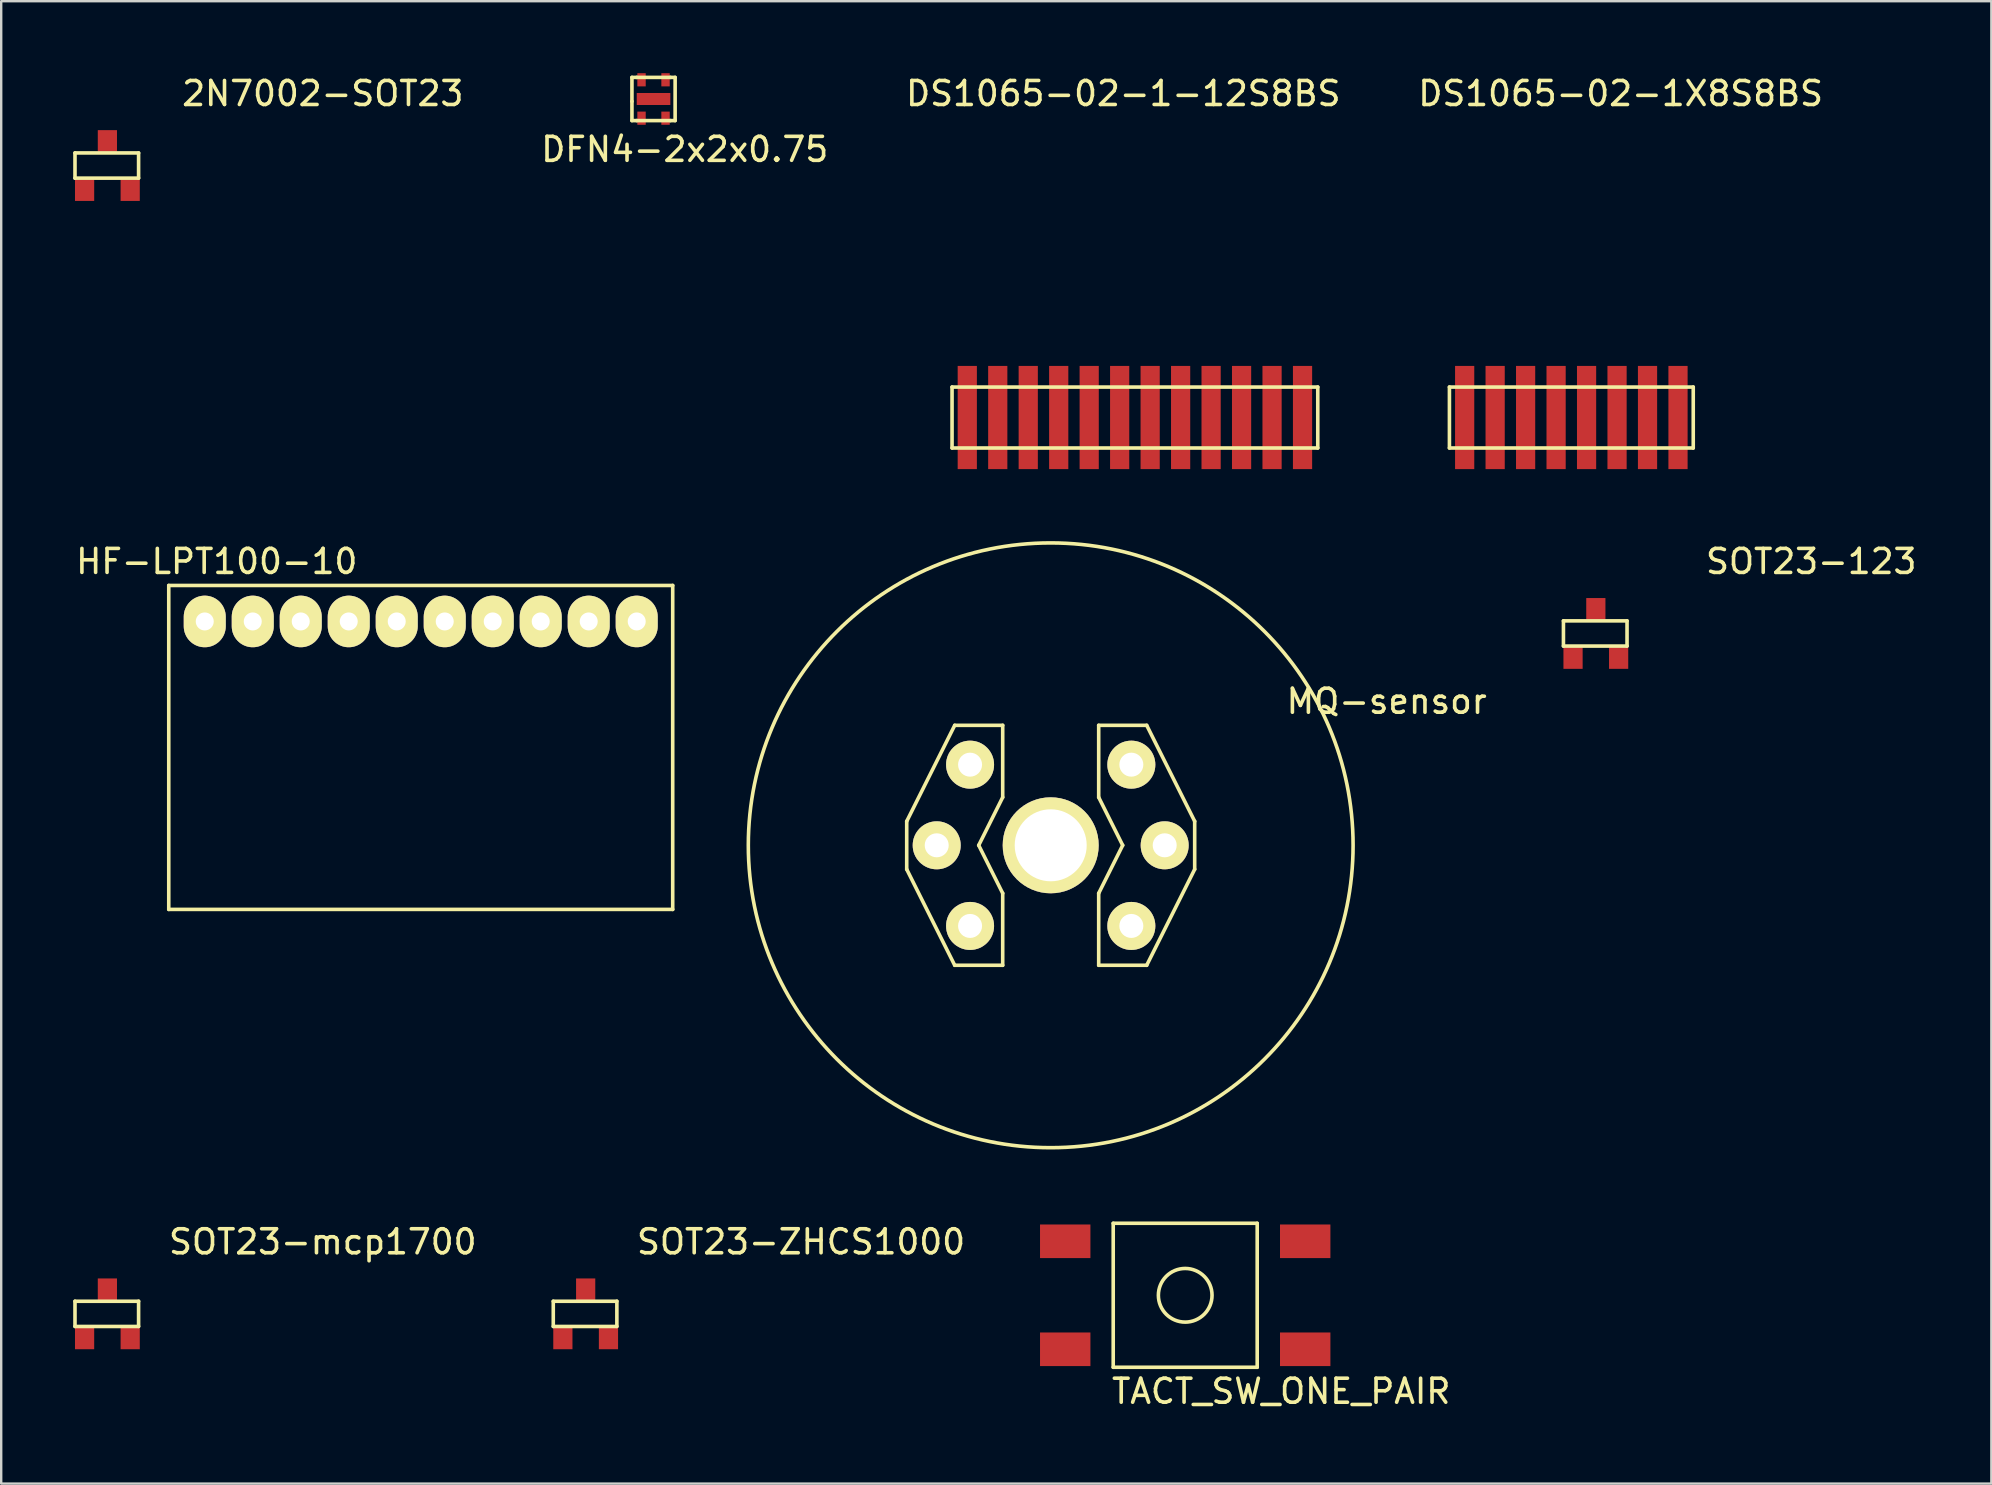
<source format=kicad_pcb>
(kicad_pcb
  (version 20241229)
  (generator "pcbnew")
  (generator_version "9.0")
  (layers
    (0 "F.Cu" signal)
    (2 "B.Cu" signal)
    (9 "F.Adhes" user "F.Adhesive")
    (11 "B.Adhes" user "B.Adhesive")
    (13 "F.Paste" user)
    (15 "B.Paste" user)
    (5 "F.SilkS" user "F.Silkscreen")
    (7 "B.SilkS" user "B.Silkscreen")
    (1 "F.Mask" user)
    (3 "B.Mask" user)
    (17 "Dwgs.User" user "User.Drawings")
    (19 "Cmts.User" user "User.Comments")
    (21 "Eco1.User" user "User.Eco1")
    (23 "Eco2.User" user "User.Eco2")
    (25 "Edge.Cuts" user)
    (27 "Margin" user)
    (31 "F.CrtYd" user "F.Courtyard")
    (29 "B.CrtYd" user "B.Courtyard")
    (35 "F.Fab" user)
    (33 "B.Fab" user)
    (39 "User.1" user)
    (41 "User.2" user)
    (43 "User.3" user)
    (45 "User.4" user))
  (footprint "DS1065-02-1-12S8BS"
    (layer "F.Cu")
    (at 37.257 14.348)
    (property "Reference" "DS1065-02-1-12S8BS" (at 6.5 -13.5 0) (layer "F.SilkS") (effects (font (size 1 1) (thickness 0.15))))
    (attr through_hole)
    (fp_line (start -0.635 -1.27) (end -0.635 1.27) (stroke (width 0.15) (type solid)) (layer "F.SilkS"))
    (fp_line (start -0.635 1.27) (end 14.605 1.27) (stroke (width 0.15) (type solid)) (layer "F.SilkS"))
    (fp_line (start 14.605 -1.27) (end -0.635 -1.27) (stroke (width 0.15) (type solid)) (layer "F.SilkS"))
    (fp_line (start 14.605 1.27) (end 14.605 -1.27) (stroke (width 0.15) (type solid)) (layer "F.SilkS"))
    (pad "1" smd rect (at 0 0) (size 0.8 4.3) (layers "F.Cu" "F.Mask" "F.Paste"))
    (pad "2" smd rect (at 1.27 0) (size 0.8 4.3) (layers "F.Cu" "F.Mask" "F.Paste"))
    (pad "3" smd rect (at 2.54 0) (size 0.8 4.3) (layers "F.Cu" "F.Mask" "F.Paste"))
    (pad "4" smd rect (at 3.81 0) (size 0.8 4.3) (layers "F.Cu" "F.Mask" "F.Paste"))
    (pad "5" smd rect (at 5.08 0) (size 0.8 4.3) (layers "F.Cu" "F.Mask" "F.Paste"))
    (pad "6" smd rect (at 6.35 0) (size 0.8 4.3) (layers "F.Cu" "F.Mask" "F.Paste"))
    (pad "7" smd rect (at 7.62 0) (size 0.8 4.3) (layers "F.Cu" "F.Mask" "F.Paste"))
    (pad "8" smd rect (at 8.89 0) (size 0.8 4.3) (layers "F.Cu" "F.Mask" "F.Paste"))
    (pad "9" smd rect (at 10.16 0) (size 0.8 4.3) (layers "F.Cu" "F.Mask" "F.Paste"))
    (pad "10" smd rect (at 11.43 0) (size 0.8 4.3) (layers "F.Cu" "F.Mask" "F.Paste"))
    (pad "11" smd rect (at 12.7 0) (size 0.8 4.3) (layers "F.Cu" "F.Mask" "F.Paste"))
    (pad "12" smd rect (at 13.97 0) (size 0.8 4.3) (layers "F.Cu" "F.Mask" "F.Paste")))
  (footprint "HF-LPT100-10"
    (layer "F.Cu")
    (at 14.482 22.846)
    (property "Reference" "HF-LPT100-10" (at -8.5 -2.5 0) (layer "F.SilkS") (effects (font (size 1 1) (thickness 0.15))))
    (attr through_hole)
    (fp_line (start -10.5 -1.5) (end -10.5 12) (stroke (width 0.15) (type solid)) (layer "F.SilkS"))
    (fp_line (start -10.5 -1.5) (end 10.5 -1.5) (stroke (width 0.15) (type solid)) (layer "F.SilkS"))
    (fp_line (start -10.5 12) (end 10.5 12) (stroke (width 0.15) (type solid)) (layer "F.SilkS"))
    (fp_line (start 10.5 12) (end 10.5 -1.5) (stroke (width 0.15) (type solid)) (layer "F.SilkS"))
    (pad "1" thru_hole oval (at -9 0) (size 1.75 2.15) (drill 0.75) (layers "*.Cu" "*.Mask" "F.SilkS"))
    (pad "2" thru_hole oval (at -7 0) (size 1.75 2.15) (drill 0.75) (layers "*.Cu" "*.Mask" "F.SilkS"))
    (pad "3" thru_hole oval (at -5 0) (size 1.75 2.15) (drill 0.75) (layers "*.Cu" "*.Mask" "F.SilkS"))
    (pad "4" thru_hole oval (at -3 0) (size 1.75 2.15) (drill 0.75) (layers "*.Cu" "*.Mask" "F.SilkS"))
    (pad "5" thru_hole oval (at -1 0) (size 1.75 2.15) (drill 0.75) (layers "*.Cu" "*.Mask" "F.SilkS"))
    (pad "6" thru_hole oval (at 1 0) (size 1.75 2.15) (drill 0.75) (layers "*.Cu" "*.Mask" "F.SilkS"))
    (pad "7" thru_hole oval (at 3 0) (size 1.75 2.15) (drill 0.75) (layers "*.Cu" "*.Mask" "F.SilkS"))
    (pad "8" thru_hole oval (at 5 0) (size 1.75 2.15) (drill 0.75) (layers "*.Cu" "*.Mask" "F.SilkS"))
    (pad "9" thru_hole oval (at 7 0) (size 1.75 2.15) (drill 0.75) (layers "*.Cu" "*.Mask" "F.SilkS"))
    (pad "10" thru_hole oval (at 9 0) (size 1.75 2.15) (drill 0.75) (layers "*.Cu" "*.Mask" "F.SilkS")))
  (footprint "SOT23-ZHCS1000"
    (layer "F.Cu")
    (at 21.33 51.698)
    (property "Reference" "SOT23-ZHCS1000" (at 9 -3 0) (layer "F.SilkS") (effects (font (size 1 1) (thickness 0.15))))
    (attr through_hole)
    (fp_line (start -1.325 -0.525) (end 1.325 -0.525) (stroke (width 0.15) (type solid)) (layer "F.SilkS"))
    (fp_line (start -1.325 0.525) (end -1.325 -0.525) (stroke (width 0.15) (type solid)) (layer "F.SilkS"))
    (fp_line (start -1.325 0.525) (end 1.325 0.525) (stroke (width 0.15) (type solid)) (layer "F.SilkS"))
    (fp_line (start 1.325 0.525) (end 1.325 -0.525) (stroke (width 0.15) (type solid)) (layer "F.SilkS"))
    (pad "" smd rect (at 0.975 1.025) (size 0.8 0.9) (layers "F.Cu" "F.Mask" "F.Paste"))
    (pad "A" smd rect (at -0.925 1.025) (size 0.8 0.9) (layers "F.Cu" "F.Mask" "F.Paste"))
    (pad "C" smd rect (at 0.025 -1.025) (size 0.8 0.9) (layers "F.Cu" "F.Mask" "F.Paste")))
  (footprint "SOT23-123"
    (layer "F.Cu")
    (at 63.424 23.346)
    (property "Reference" "SOT23-123" (at 9 -3 0) (layer "F.SilkS") (effects (font (size 1 1) (thickness 0.15))))
    (attr through_hole)
    (fp_line (start -1.325 -0.525) (end 1.325 -0.525) (stroke (width 0.15) (type solid)) (layer "F.SilkS"))
    (fp_line (start -1.325 0.525) (end -1.325 -0.525) (stroke (width 0.15) (type solid)) (layer "F.SilkS"))
    (fp_line (start -1.325 0.525) (end 1.325 0.525) (stroke (width 0.15) (type solid)) (layer "F.SilkS"))
    (fp_line (start 1.325 0.525) (end 1.325 -0.525) (stroke (width 0.15) (type solid)) (layer "F.SilkS"))
    (pad "1" smd rect (at -0.925 1.025) (size 0.8 0.9) (layers "F.Cu" "F.Mask" "F.Paste"))
    (pad "2" smd rect (at 0.025 -1.025) (size 0.8 0.9) (layers "F.Cu" "F.Mask" "F.Paste"))
    (pad "3" smd rect (at 0.975 1.025) (size 0.8 0.9) (layers "F.Cu" "F.Mask" "F.Paste")))
  (footprint "2N7002-SOT23"
    (layer "F.Cu")
    (at 1.4 3.848)
    (property "Reference" "2N7002-SOT23" (at 9 -3 0) (layer "F.SilkS") (effects (font (size 1 1) (thickness 0.15))))
    (attr through_hole)
    (fp_line (start -1.325 -0.525) (end 1.325 -0.525) (stroke (width 0.15) (type solid)) (layer "F.SilkS"))
    (fp_line (start -1.325 0.525) (end -1.325 -0.525) (stroke (width 0.15) (type solid)) (layer "F.SilkS"))
    (fp_line (start -1.325 0.525) (end 1.325 0.525) (stroke (width 0.15) (type solid)) (layer "F.SilkS"))
    (fp_line (start 1.325 0.525) (end 1.325 -0.525) (stroke (width 0.15) (type solid)) (layer "F.SilkS"))
    (pad "D" smd rect (at 0.025 -1.025) (size 0.8 0.9) (layers "F.Cu" "F.Mask" "F.Paste"))
    (pad "G" smd rect (at -0.925 1.025) (size 0.8 0.9) (layers "F.Cu" "F.Mask" "F.Paste"))
    (pad "S" smd rect (at 0.975 1.025) (size 0.8 0.9) (layers "F.Cu" "F.Mask" "F.Paste")))
  (footprint "TACT_SW_ONE_PAIR"
    (layer "F.Cu")
    (at 46.338 50.925)
    (property "Reference" "TACT_SW_ONE_PAIR" (at 4 4 0) (layer "F.SilkS") (effects (font (size 1 1) (thickness 0.15))))
    (attr through_hole)
    (fp_line (start -3 -3) (end 3 -3) (stroke (width 0.15) (type solid)) (layer "F.SilkS"))
    (fp_line (start -3 3) (end -3 -3) (stroke (width 0.15) (type solid)) (layer "F.SilkS"))
    (fp_line (start 3 -3) (end 3 3) (stroke (width 0.15) (type solid)) (layer "F.SilkS"))
    (fp_line (start 3 3) (end -3 3) (stroke (width 0.15) (type solid)) (layer "F.SilkS"))
    (fp_circle (center 0 0) (end 0.5 1) (stroke (width 0.15) (type solid)) (fill no) (layer "F.SilkS"))
    (pad "" smd rect (at 5 -2.25) (size 2.1 1.4) (layers "F.Cu" "F.Mask" "F.Paste"))
    (pad "" smd rect (at 5 2.25) (size 2.1 1.4) (layers "F.Cu" "F.Mask" "F.Paste"))
    (pad "1" smd rect (at -5 -2.25) (size 2.1 1.4) (layers "F.Cu" "F.Mask" "F.Paste"))
    (pad "2" smd rect (at -5 2.25) (size 2.1 1.4) (layers "F.Cu" "F.Mask" "F.Paste")))
  (footprint "DFN4-2x2x0.75"
    (layer "F.Cu")
    (at 24.183 1.075)
    (property "Reference" "DFN4-2x2x0.75" (at 1.3 2.1 0) (layer "F.SilkS") (effects (font (size 1 1) (thickness 0.15))))
    (attr through_hole)
    (fp_line (start -0.9 -0.9) (end -0.9 0.1) (stroke (width 0.15) (type solid)) (layer "F.SilkS"))
    (fp_line (start -0.9 0.1) (end -0.9 0.9) (stroke (width 0.15) (type solid)) (layer "F.SilkS"))
    (fp_line (start -0.9 0.9) (end -0.7 0.9) (stroke (width 0.15) (type solid)) (layer "F.SilkS"))
    (fp_line (start -0.7 -0.9) (end -0.9 -0.9) (stroke (width 0.15) (type solid)) (layer "F.SilkS"))
    (fp_line (start -0.7 -0.9) (end 0.7 -0.9) (stroke (width 0.15) (type solid)) (layer "F.SilkS"))
    (fp_line (start -0.7 0.9) (end 0.7 0.9) (stroke (width 0.15) (type solid)) (layer "F.SilkS"))
    (fp_line (start 0.7 0.9) (end 0.9 0.9) (stroke (width 0.15) (type solid)) (layer "F.SilkS"))
    (fp_line (start 0.9 -0.9) (end 0.7 -0.9) (stroke (width 0.15) (type solid)) (layer "F.SilkS"))
    (fp_line (start 0.9 0.9) (end 0.9 -0.9) (stroke (width 0.15) (type solid)) (layer "F.SilkS"))
    (pad "" smd rect (at 0 0) (size 1.4 0.5) (layers "F.Cu" "F.Mask" "F.Paste"))
    (pad "1" smd rect (at 0.5 -0.8) (size 0.35 0.55) (layers "F.Cu" "F.Mask" "F.Paste"))
    (pad "2" smd rect (at -0.5 -0.8) (size 0.35 0.55) (layers "F.Cu" "F.Mask" "F.Paste"))
    (pad "3" smd rect (at -0.5 0.8) (size 0.35 0.55) (layers "F.Cu" "F.Mask" "F.Paste"))
    (pad "4" smd rect (at 0.5 0.8) (size 0.35 0.55) (layers "F.Cu" "F.Mask" "F.Paste")))
  (footprint "DS1065-02-1X8S8BS"
    (layer "F.Cu")
    (at 57.983 14.348)
    (property "Reference" "DS1065-02-1X8S8BS" (at 6.5 -13.5 0) (layer "F.SilkS") (effects (font (size 1 1) (thickness 0.15))))
    (attr through_hole)
    (fp_line (start -0.635 -1.27) (end -0.635 1.27) (stroke (width 0.15) (type solid)) (layer "F.SilkS"))
    (fp_line (start -0.635 1.27) (end 9.525 1.27) (stroke (width 0.15) (type solid)) (layer "F.SilkS"))
    (fp_line (start 9.525 -1.27) (end -0.635 -1.27) (stroke (width 0.15) (type solid)) (layer "F.SilkS"))
    (fp_line (start 9.525 1.27) (end 9.525 -1.27) (stroke (width 0.15) (type solid)) (layer "F.SilkS"))
    (pad "1" smd rect (at 0 0) (size 0.8 4.3) (layers "F.Cu" "F.Mask" "F.Paste"))
    (pad "2" smd rect (at 1.27 0) (size 0.8 4.3) (layers "F.Cu" "F.Mask" "F.Paste"))
    (pad "3" smd rect (at 2.54 0) (size 0.8 4.3) (layers "F.Cu" "F.Mask" "F.Paste"))
    (pad "4" smd rect (at 3.81 0) (size 0.8 4.3) (layers "F.Cu" "F.Mask" "F.Paste"))
    (pad "5" smd rect (at 5.08 0) (size 0.8 4.3) (layers "F.Cu" "F.Mask" "F.Paste"))
    (pad "6" smd rect (at 6.35 0) (size 0.8 4.3) (layers "F.Cu" "F.Mask" "F.Paste"))
    (pad "7" smd rect (at 7.62 0) (size 0.8 4.3) (layers "F.Cu" "F.Mask" "F.Paste"))
    (pad "8" smd rect (at 8.89 0) (size 0.8 4.3) (layers "F.Cu" "F.Mask" "F.Paste")))
  (footprint "SOT23-mcp1700"
    (layer "F.Cu")
    (at 1.4 51.698)
    (property "Reference" "SOT23-mcp1700" (at 9 -3 0) (layer "F.SilkS") (effects (font (size 1 1) (thickness 0.15))))
    (attr through_hole)
    (fp_line (start -1.325 -0.525) (end 1.325 -0.525) (stroke (width 0.15) (type solid)) (layer "F.SilkS"))
    (fp_line (start -1.325 0.525) (end -1.325 -0.525) (stroke (width 0.15) (type solid)) (layer "F.SilkS"))
    (fp_line (start -1.325 0.525) (end 1.325 0.525) (stroke (width 0.15) (type solid)) (layer "F.SilkS"))
    (fp_line (start 1.325 0.525) (end 1.325 -0.525) (stroke (width 0.15) (type solid)) (layer "F.SilkS"))
    (pad "GND" smd rect (at -0.925 1.025) (size 0.8 0.9) (layers "F.Cu" "F.Mask" "F.Paste"))
    (pad "VIN" smd rect (at 0.025 -1.025) (size 0.8 0.9) (layers "F.Cu" "F.Mask" "F.Paste"))
    (pad "VOUT" smd rect (at 0.975 1.025) (size 0.8 0.9) (layers "F.Cu" "F.Mask" "F.Paste")))
  (footprint "MQ-sensor"
    (layer "F.Cu")
    (at 40.733 32.174)
    (property "Reference" "MQ-sensor" (at 14 -6 0) (layer "F.SilkS") (effects (font (size 1 1) (thickness 0.15))))
    (attr through_hole)
    (fp_line (start -6 -1) (end -6 1) (stroke (width 0.15) (type solid)) (layer "F.SilkS"))
    (fp_line (start -6 1) (end -4 5) (stroke (width 0.15) (type solid)) (layer "F.SilkS"))
    (fp_line (start -4 -5) (end -6 -1) (stroke (width 0.15) (type solid)) (layer "F.SilkS"))
    (fp_line (start -4 5) (end -2 5) (stroke (width 0.15) (type solid)) (layer "F.SilkS"))
    (fp_line (start -3 0) (end -2 -2) (stroke (width 0.15) (type solid)) (layer "F.SilkS"))
    (fp_line (start -2 -5) (end -4 -5) (stroke (width 0.15) (type solid)) (layer "F.SilkS"))
    (fp_line (start -2 -2) (end -2 -5) (stroke (width 0.15) (type solid)) (layer "F.SilkS"))
    (fp_line (start -2 2) (end -3 0) (stroke (width 0.15) (type solid)) (layer "F.SilkS"))
    (fp_line (start -2 5) (end -2 2) (stroke (width 0.15) (type solid)) (layer "F.SilkS"))
    (fp_line (start 2 -5) (end 2 -2) (stroke (width 0.15) (type solid)) (layer "F.SilkS"))
    (fp_line (start 2 -2) (end 3 0) (stroke (width 0.15) (type solid)) (layer "F.SilkS"))
    (fp_line (start 2 2) (end 2 5) (stroke (width 0.15) (type solid)) (layer "F.SilkS"))
    (fp_line (start 3 0) (end 2 2) (stroke (width 0.15) (type solid)) (layer "F.SilkS"))
    (fp_line (start 4 -5) (end 2 -5) (stroke (width 0.15) (type solid)) (layer "F.SilkS"))
    (fp_line (start 4 5) (end 2 5) (stroke (width 0.15) (type solid)) (layer "F.SilkS"))
    (fp_line (start 6 -1) (end 4 -5) (stroke (width 0.15) (type solid)) (layer "F.SilkS"))
    (fp_line (start 6 1) (end 4 5) (stroke (width 0.15) (type solid)) (layer "F.SilkS"))
    (fp_line (start 6 1) (end 6 -1) (stroke (width 0.15) (type solid)) (layer "F.SilkS"))
    (fp_circle (center 0 0) (end 8.91 8.91) (stroke (width 0.15) (type solid)) (fill no) (layer "F.SilkS"))
    (pad "" thru_hole circle (at 0 0) (size 4 4) (drill 3) (layers "*.Cu" "*.Mask" "F.SilkS"))
    (pad "A" thru_hole circle (at -3.36 -3.36) (size 2 2) (drill 1) (layers "*.Cu" "*.Mask" "F.SilkS"))
    (pad "A" thru_hole circle (at -3.36 3.36) (size 2 2) (drill 1) (layers "*.Cu" "*.Mask" "F.SilkS"))
    (pad "B" thru_hole circle (at 3.36 -3.36) (size 2 2) (drill 1) (layers "*.Cu" "*.Mask" "F.SilkS"))
    (pad "B" thru_hole circle (at 3.36 3.36) (size 2 2) (drill 1) (layers "*.Cu" "*.Mask" "F.SilkS"))
    (pad "H1" thru_hole circle (at -4.75 0) (size 2 2) (drill 1) (layers "*.Cu" "*.Mask" "F.SilkS"))
    (pad "H2" thru_hole circle (at 4.75 0) (size 2 2) (drill 1) (layers "*.Cu" "*.Mask" "F.SilkS")))
  (gr_rect
    (start -3 -3)
    (end 79.93 58.773)
    (stroke (width 0.1) (type default))
    (fill no)
    (layer "Edge.Cuts")))
</source>
